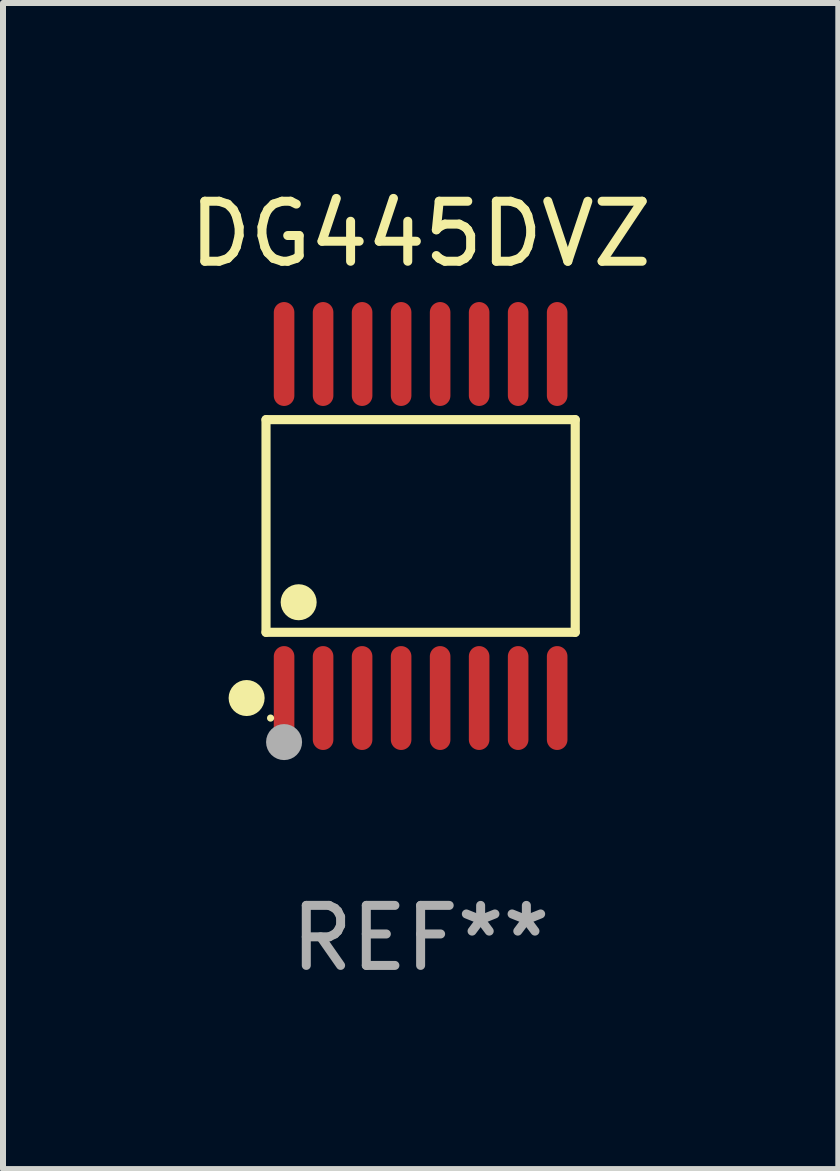
<source format=kicad_pcb>
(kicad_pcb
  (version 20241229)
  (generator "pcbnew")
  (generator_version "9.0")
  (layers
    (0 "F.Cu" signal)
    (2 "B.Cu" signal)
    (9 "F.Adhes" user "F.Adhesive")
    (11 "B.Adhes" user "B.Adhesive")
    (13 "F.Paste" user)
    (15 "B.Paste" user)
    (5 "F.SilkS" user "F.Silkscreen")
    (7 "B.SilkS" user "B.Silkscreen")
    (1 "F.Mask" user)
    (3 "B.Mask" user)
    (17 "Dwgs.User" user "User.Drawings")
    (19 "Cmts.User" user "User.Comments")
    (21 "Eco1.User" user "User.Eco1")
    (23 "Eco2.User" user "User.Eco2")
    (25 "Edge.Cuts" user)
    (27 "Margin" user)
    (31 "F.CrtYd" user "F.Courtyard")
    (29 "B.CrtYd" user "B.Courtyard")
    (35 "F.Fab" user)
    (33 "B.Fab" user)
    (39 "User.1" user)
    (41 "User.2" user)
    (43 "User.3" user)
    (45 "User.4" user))
  (footprint "DG445DVZ"
    (layer "F.Cu")
    (at 3.958 5.714)
    (property "Reference" "DG445DVZ" (at 0 -4.866 0) (layer "F.SilkS") (effects (font (size 1 1) (thickness 0.15))))
    (attr through_hole)
    (fp_line (start -2.576 -1.772) (end 2.576 -1.772) (stroke (width 0.152) (type solid)) (layer "F.SilkS"))
    (fp_line (start -2.576 1.771) (end -2.576 -1.772) (stroke (width 0.152) (type solid)) (layer "F.SilkS"))
    (fp_line (start 2.576 -1.772) (end 2.576 1.771) (stroke (width 0.152) (type solid)) (layer "F.SilkS"))
    (fp_line (start 2.576 1.771) (end -2.576 1.771) (stroke (width 0.152) (type solid)) (layer "F.SilkS"))
    (fp_circle (center -2.899 2.866) (end -2.749 2.866) (stroke (width 0.3) (type solid)) (fill no) (layer "F.SilkS"))
    (fp_circle (center -2.5 3.2) (end -2.47 3.2) (stroke (width 0.06) (type solid)) (fill no) (layer "F.SilkS"))
    (fp_circle (center -2.032 1.27) (end -1.882 1.27) (stroke (width 0.3) (type solid)) (fill no) (layer "F.SilkS"))
    (fp_circle (center -2.275 3.6) (end -2.125 3.6) (stroke (width 0.3) (type solid)) (fill no) (layer "F.Fab"))
    (fp_text user "REF**" (at 0 6.866 0) (layer "F.Fab") (effects (font (size 1 1) (thickness 0.15))))
    (pad "1" smd oval (at -2.275 2.866) (size 0.343 1.731) (layers "F.Cu" "F.Mask" "F.Paste"))
    (pad "2" smd oval (at -1.625 2.866) (size 0.343 1.731) (layers "F.Cu" "F.Mask" "F.Paste"))
    (pad "3" smd oval (at -0.975 2.866) (size 0.343 1.731) (layers "F.Cu" "F.Mask" "F.Paste"))
    (pad "4" smd oval (at -0.325 2.866) (size 0.343 1.731) (layers "F.Cu" "F.Mask" "F.Paste"))
    (pad "5" smd oval (at 0.325 2.866) (size 0.343 1.731) (layers "F.Cu" "F.Mask" "F.Paste"))
    (pad "6" smd oval (at 0.975 2.866) (size 0.343 1.731) (layers "F.Cu" "F.Mask" "F.Paste"))
    (pad "7" smd oval (at 1.625 2.866) (size 0.343 1.731) (layers "F.Cu" "F.Mask" "F.Paste"))
    (pad "8" smd oval (at 2.275 2.866) (size 0.343 1.731) (layers "F.Cu" "F.Mask" "F.Paste"))
    (pad "9" smd oval (at 2.275 -2.866) (size 0.343 1.731) (layers "F.Cu" "F.Mask" "F.Paste"))
    (pad "10" smd oval (at 1.625 -2.866) (size 0.343 1.731) (layers "F.Cu" "F.Mask" "F.Paste"))
    (pad "11" smd oval (at 0.975 -2.866) (size 0.343 1.731) (layers "F.Cu" "F.Mask" "F.Paste"))
    (pad "12" smd oval (at 0.325 -2.866) (size 0.343 1.731) (layers "F.Cu" "F.Mask" "F.Paste"))
    (pad "13" smd oval (at -0.325 -2.866) (size 0.343 1.731) (layers "F.Cu" "F.Mask" "F.Paste"))
    (pad "14" smd oval (at -0.975 -2.866) (size 0.343 1.731) (layers "F.Cu" "F.Mask" "F.Paste"))
    (pad "15" smd oval (at -1.625 -2.866) (size 0.343 1.731) (layers "F.Cu" "F.Mask" "F.Paste"))
    (pad "16" smd oval (at -2.275 -2.866) (size 0.343 1.731) (layers "F.Cu" "F.Mask" "F.Paste")))
  (gr_rect
    (start -3 -3)
    (end 10.917 16.428)
    (stroke (width 0.1) (type default))
    (fill no)
    (layer "Edge.Cuts")))
</source>
